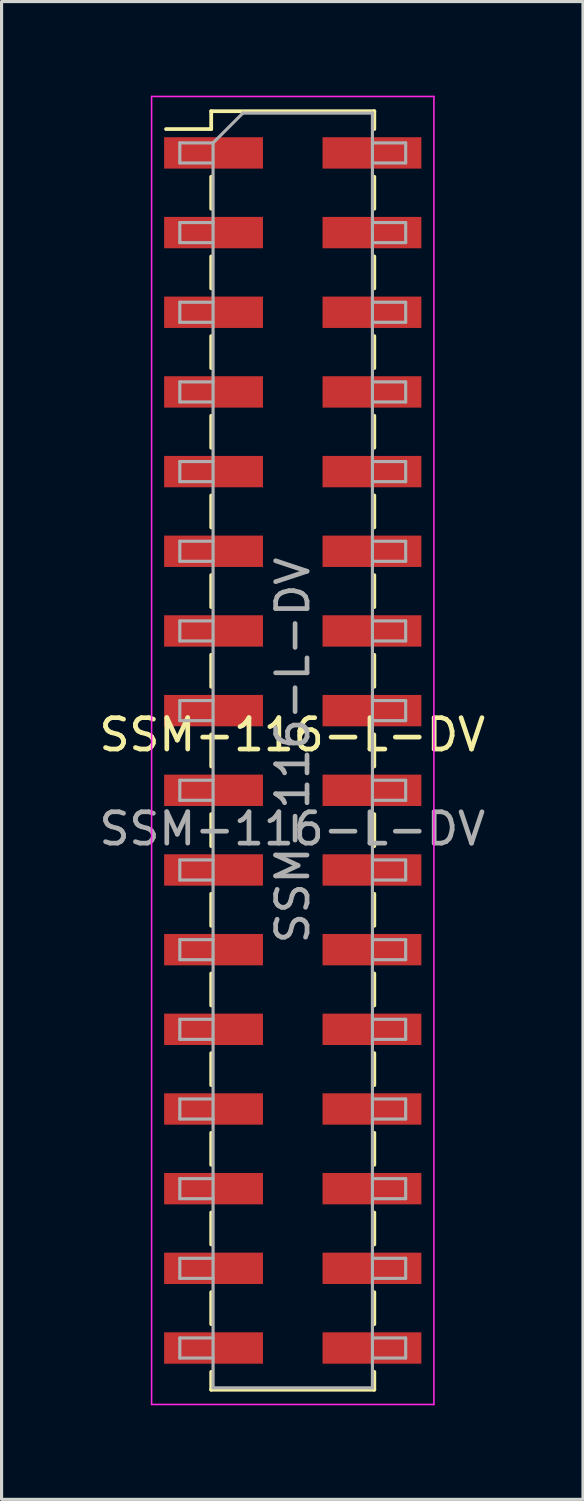
<source format=kicad_pcb>
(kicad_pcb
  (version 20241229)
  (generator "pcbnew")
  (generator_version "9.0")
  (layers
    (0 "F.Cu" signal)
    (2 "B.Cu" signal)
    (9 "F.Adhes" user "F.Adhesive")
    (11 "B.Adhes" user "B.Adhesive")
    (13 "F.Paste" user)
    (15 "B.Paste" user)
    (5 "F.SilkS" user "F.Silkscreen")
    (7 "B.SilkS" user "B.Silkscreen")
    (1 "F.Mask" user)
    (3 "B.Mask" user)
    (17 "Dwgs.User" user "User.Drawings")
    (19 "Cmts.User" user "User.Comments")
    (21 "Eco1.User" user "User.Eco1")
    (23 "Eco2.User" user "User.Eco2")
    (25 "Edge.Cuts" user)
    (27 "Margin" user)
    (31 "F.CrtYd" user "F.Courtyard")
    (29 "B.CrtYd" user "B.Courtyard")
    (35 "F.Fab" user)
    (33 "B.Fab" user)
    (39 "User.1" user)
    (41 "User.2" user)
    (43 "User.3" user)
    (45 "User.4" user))
  (footprint "SSM-116-L-DV"
    (layer "F.Cu")
    (at 6.283 20.875)
    (property "Reference" "SSM-116-L-DV" (at -0.015 -0.5 0) (unlocked yes) (layer "F.SilkS") (effects (font (size 1 1) (thickness 0.15))))
    (attr smd)
    (fp_line (start -4.04 -19.81) (end -2.6 -19.81) (stroke (width 0.12) (type solid)) (layer "F.SilkS"))
    (fp_line (start -2.6 -20.38) (end -2.6 -19.81) (stroke (width 0.12) (type solid)) (layer "F.SilkS"))
    (fp_line (start -2.6 -20.38) (end 2.6 -20.38) (stroke (width 0.12) (type solid)) (layer "F.SilkS"))
    (fp_line (start -2.6 -18.29) (end -2.6 -17.27) (stroke (width 0.12) (type solid)) (layer "F.SilkS"))
    (fp_line (start -2.6 -15.75) (end -2.6 -14.73) (stroke (width 0.12) (type solid)) (layer "F.SilkS"))
    (fp_line (start -2.6 -13.21) (end -2.6 -12.19) (stroke (width 0.12) (type solid)) (layer "F.SilkS"))
    (fp_line (start -2.6 -10.67) (end -2.6 -9.65) (stroke (width 0.12) (type solid)) (layer "F.SilkS"))
    (fp_line (start -2.6 -8.13) (end -2.6 -7.11) (stroke (width 0.12) (type solid)) (layer "F.SilkS"))
    (fp_line (start -2.6 -5.59) (end -2.6 -4.57) (stroke (width 0.12) (type solid)) (layer "F.SilkS"))
    (fp_line (start -2.6 -3.05) (end -2.6 -2.03) (stroke (width 0.12) (type solid)) (layer "F.SilkS"))
    (fp_line (start -2.6 -0.51) (end -2.6 0.51) (stroke (width 0.12) (type solid)) (layer "F.SilkS"))
    (fp_line (start -2.6 2.03) (end -2.6 3.05) (stroke (width 0.12) (type solid)) (layer "F.SilkS"))
    (fp_line (start -2.6 4.57) (end -2.6 5.59) (stroke (width 0.12) (type solid)) (layer "F.SilkS"))
    (fp_line (start -2.6 7.11) (end -2.6 8.13) (stroke (width 0.12) (type solid)) (layer "F.SilkS"))
    (fp_line (start -2.6 9.65) (end -2.6 10.67) (stroke (width 0.12) (type solid)) (layer "F.SilkS"))
    (fp_line (start -2.6 12.19) (end -2.6 13.21) (stroke (width 0.12) (type solid)) (layer "F.SilkS"))
    (fp_line (start -2.6 14.73) (end -2.6 15.75) (stroke (width 0.12) (type solid)) (layer "F.SilkS"))
    (fp_line (start -2.6 17.27) (end -2.6 18.29) (stroke (width 0.12) (type solid)) (layer "F.SilkS"))
    (fp_line (start -2.6 19.81) (end -2.6 20.38) (stroke (width 0.12) (type solid)) (layer "F.SilkS"))
    (fp_line (start -2.6 20.38) (end 2.6 20.38) (stroke (width 0.12) (type solid)) (layer "F.SilkS"))
    (fp_line (start 2.6 -20.38) (end 2.6 -19.81) (stroke (width 0.12) (type solid)) (layer "F.SilkS"))
    (fp_line (start 2.6 -18.29) (end 2.6 -17.27) (stroke (width 0.12) (type solid)) (layer "F.SilkS"))
    (fp_line (start 2.6 -15.75) (end 2.6 -14.73) (stroke (width 0.12) (type solid)) (layer "F.SilkS"))
    (fp_line (start 2.6 -13.21) (end 2.6 -12.19) (stroke (width 0.12) (type solid)) (layer "F.SilkS"))
    (fp_line (start 2.6 -10.67) (end 2.6 -9.65) (stroke (width 0.12) (type solid)) (layer "F.SilkS"))
    (fp_line (start 2.6 -8.13) (end 2.6 -7.11) (stroke (width 0.12) (type solid)) (layer "F.SilkS"))
    (fp_line (start 2.6 -5.59) (end 2.6 -4.57) (stroke (width 0.12) (type solid)) (layer "F.SilkS"))
    (fp_line (start 2.6 -3.05) (end 2.6 -2.03) (stroke (width 0.12) (type solid)) (layer "F.SilkS"))
    (fp_line (start 2.6 -0.51) (end 2.6 0.51) (stroke (width 0.12) (type solid)) (layer "F.SilkS"))
    (fp_line (start 2.6 2.03) (end 2.6 3.05) (stroke (width 0.12) (type solid)) (layer "F.SilkS"))
    (fp_line (start 2.6 4.57) (end 2.6 5.59) (stroke (width 0.12) (type solid)) (layer "F.SilkS"))
    (fp_line (start 2.6 7.11) (end 2.6 8.13) (stroke (width 0.12) (type solid)) (layer "F.SilkS"))
    (fp_line (start 2.6 9.65) (end 2.6 10.67) (stroke (width 0.12) (type solid)) (layer "F.SilkS"))
    (fp_line (start 2.6 12.19) (end 2.6 13.21) (stroke (width 0.12) (type solid)) (layer "F.SilkS"))
    (fp_line (start 2.6 14.73) (end 2.6 15.75) (stroke (width 0.12) (type solid)) (layer "F.SilkS"))
    (fp_line (start 2.6 17.27) (end 2.6 18.29) (stroke (width 0.12) (type solid)) (layer "F.SilkS"))
    (fp_line (start 2.6 19.81) (end 2.6 20.38) (stroke (width 0.12) (type solid)) (layer "F.SilkS"))
    (fp_line (start -4.5 -20.85) (end -4.5 20.85) (stroke (width 0.05) (type solid)) (layer "F.CrtYd"))
    (fp_line (start -4.5 20.85) (end 4.5 20.85) (stroke (width 0.05) (type solid)) (layer "F.CrtYd"))
    (fp_line (start 4.5 -20.85) (end -4.5 -20.85) (stroke (width 0.05) (type solid)) (layer "F.CrtYd"))
    (fp_line (start 4.5 20.85) (end 4.5 -20.85) (stroke (width 0.05) (type solid)) (layer "F.CrtYd"))
    (fp_line (start -3.6 -19.37) (end -3.6 -18.73) (stroke (width 0.1) (type solid)) (layer "F.Fab"))
    (fp_line (start -3.6 -18.73) (end -2.54 -18.73) (stroke (width 0.1) (type solid)) (layer "F.Fab"))
    (fp_line (start -3.6 -16.83) (end -3.6 -16.19) (stroke (width 0.1) (type solid)) (layer "F.Fab"))
    (fp_line (start -3.6 -16.19) (end -2.54 -16.19) (stroke (width 0.1) (type solid)) (layer "F.Fab"))
    (fp_line (start -3.6 -14.29) (end -3.6 -13.65) (stroke (width 0.1) (type solid)) (layer "F.Fab"))
    (fp_line (start -3.6 -13.65) (end -2.54 -13.65) (stroke (width 0.1) (type solid)) (layer "F.Fab"))
    (fp_line (start -3.6 -11.75) (end -3.6 -11.11) (stroke (width 0.1) (type solid)) (layer "F.Fab"))
    (fp_line (start -3.6 -11.11) (end -2.54 -11.11) (stroke (width 0.1) (type solid)) (layer "F.Fab"))
    (fp_line (start -3.6 -9.21) (end -3.6 -8.57) (stroke (width 0.1) (type solid)) (layer "F.Fab"))
    (fp_line (start -3.6 -8.57) (end -2.54 -8.57) (stroke (width 0.1) (type solid)) (layer "F.Fab"))
    (fp_line (start -3.6 -6.67) (end -3.6 -6.03) (stroke (width 0.1) (type solid)) (layer "F.Fab"))
    (fp_line (start -3.6 -6.03) (end -2.54 -6.03) (stroke (width 0.1) (type solid)) (layer "F.Fab"))
    (fp_line (start -3.6 -4.13) (end -3.6 -3.49) (stroke (width 0.1) (type solid)) (layer "F.Fab"))
    (fp_line (start -3.6 -3.49) (end -2.54 -3.49) (stroke (width 0.1) (type solid)) (layer "F.Fab"))
    (fp_line (start -3.6 -1.59) (end -3.6 -0.95) (stroke (width 0.1) (type solid)) (layer "F.Fab"))
    (fp_line (start -3.6 -0.95) (end -2.54 -0.95) (stroke (width 0.1) (type solid)) (layer "F.Fab"))
    (fp_line (start -3.6 0.95) (end -3.6 1.59) (stroke (width 0.1) (type solid)) (layer "F.Fab"))
    (fp_line (start -3.6 1.59) (end -2.54 1.59) (stroke (width 0.1) (type solid)) (layer "F.Fab"))
    (fp_line (start -3.6 3.49) (end -3.6 4.13) (stroke (width 0.1) (type solid)) (layer "F.Fab"))
    (fp_line (start -3.6 4.13) (end -2.54 4.13) (stroke (width 0.1) (type solid)) (layer "F.Fab"))
    (fp_line (start -3.6 6.03) (end -3.6 6.67) (stroke (width 0.1) (type solid)) (layer "F.Fab"))
    (fp_line (start -3.6 6.67) (end -2.54 6.67) (stroke (width 0.1) (type solid)) (layer "F.Fab"))
    (fp_line (start -3.6 8.57) (end -3.6 9.21) (stroke (width 0.1) (type solid)) (layer "F.Fab"))
    (fp_line (start -3.6 9.21) (end -2.54 9.21) (stroke (width 0.1) (type solid)) (layer "F.Fab"))
    (fp_line (start -3.6 11.11) (end -3.6 11.75) (stroke (width 0.1) (type solid)) (layer "F.Fab"))
    (fp_line (start -3.6 11.75) (end -2.54 11.75) (stroke (width 0.1) (type solid)) (layer "F.Fab"))
    (fp_line (start -3.6 13.65) (end -3.6 14.29) (stroke (width 0.1) (type solid)) (layer "F.Fab"))
    (fp_line (start -3.6 14.29) (end -2.54 14.29) (stroke (width 0.1) (type solid)) (layer "F.Fab"))
    (fp_line (start -3.6 16.19) (end -3.6 16.83) (stroke (width 0.1) (type solid)) (layer "F.Fab"))
    (fp_line (start -3.6 16.83) (end -2.54 16.83) (stroke (width 0.1) (type solid)) (layer "F.Fab"))
    (fp_line (start -3.6 18.73) (end -3.6 19.37) (stroke (width 0.1) (type solid)) (layer "F.Fab"))
    (fp_line (start -3.6 19.37) (end -2.54 19.37) (stroke (width 0.1) (type solid)) (layer "F.Fab"))
    (fp_line (start -2.54 -19.37) (end -3.6 -19.37) (stroke (width 0.1) (type solid)) (layer "F.Fab"))
    (fp_line (start -2.54 -19.37) (end -1.59 -20.32) (stroke (width 0.1) (type solid)) (layer "F.Fab"))
    (fp_line (start -2.54 -16.83) (end -3.6 -16.83) (stroke (width 0.1) (type solid)) (layer "F.Fab"))
    (fp_line (start -2.54 -14.29) (end -3.6 -14.29) (stroke (width 0.1) (type solid)) (layer "F.Fab"))
    (fp_line (start -2.54 -11.75) (end -3.6 -11.75) (stroke (width 0.1) (type solid)) (layer "F.Fab"))
    (fp_line (start -2.54 -9.21) (end -3.6 -9.21) (stroke (width 0.1) (type solid)) (layer "F.Fab"))
    (fp_line (start -2.54 -6.67) (end -3.6 -6.67) (stroke (width 0.1) (type solid)) (layer "F.Fab"))
    (fp_line (start -2.54 -4.13) (end -3.6 -4.13) (stroke (width 0.1) (type solid)) (layer "F.Fab"))
    (fp_line (start -2.54 -1.59) (end -3.6 -1.59) (stroke (width 0.1) (type solid)) (layer "F.Fab"))
    (fp_line (start -2.54 0.95) (end -3.6 0.95) (stroke (width 0.1) (type solid)) (layer "F.Fab"))
    (fp_line (start -2.54 3.49) (end -3.6 3.49) (stroke (width 0.1) (type solid)) (layer "F.Fab"))
    (fp_line (start -2.54 6.03) (end -3.6 6.03) (stroke (width 0.1) (type solid)) (layer "F.Fab"))
    (fp_line (start -2.54 8.57) (end -3.6 8.57) (stroke (width 0.1) (type solid)) (layer "F.Fab"))
    (fp_line (start -2.54 11.11) (end -3.6 11.11) (stroke (width 0.1) (type solid)) (layer "F.Fab"))
    (fp_line (start -2.54 13.65) (end -3.6 13.65) (stroke (width 0.1) (type solid)) (layer "F.Fab"))
    (fp_line (start -2.54 16.19) (end -3.6 16.19) (stroke (width 0.1) (type solid)) (layer "F.Fab"))
    (fp_line (start -2.54 18.73) (end -3.6 18.73) (stroke (width 0.1) (type solid)) (layer "F.Fab"))
    (fp_line (start -2.54 20.32) (end -2.54 -19.37) (stroke (width 0.1) (type solid)) (layer "F.Fab"))
    (fp_line (start -1.59 -20.32) (end 2.54 -20.32) (stroke (width 0.1) (type solid)) (layer "F.Fab"))
    (fp_line (start 2.54 -20.32) (end 2.54 20.32) (stroke (width 0.1) (type solid)) (layer "F.Fab"))
    (fp_line (start 2.54 -19.37) (end 3.6 -19.37) (stroke (width 0.1) (type solid)) (layer "F.Fab"))
    (fp_line (start 2.54 -16.83) (end 3.6 -16.83) (stroke (width 0.1) (type solid)) (layer "F.Fab"))
    (fp_line (start 2.54 -14.29) (end 3.6 -14.29) (stroke (width 0.1) (type solid)) (layer "F.Fab"))
    (fp_line (start 2.54 -11.75) (end 3.6 -11.75) (stroke (width 0.1) (type solid)) (layer "F.Fab"))
    (fp_line (start 2.54 -9.21) (end 3.6 -9.21) (stroke (width 0.1) (type solid)) (layer "F.Fab"))
    (fp_line (start 2.54 -6.67) (end 3.6 -6.67) (stroke (width 0.1) (type solid)) (layer "F.Fab"))
    (fp_line (start 2.54 -4.13) (end 3.6 -4.13) (stroke (width 0.1) (type solid)) (layer "F.Fab"))
    (fp_line (start 2.54 -1.59) (end 3.6 -1.59) (stroke (width 0.1) (type solid)) (layer "F.Fab"))
    (fp_line (start 2.54 0.95) (end 3.6 0.95) (stroke (width 0.1) (type solid)) (layer "F.Fab"))
    (fp_line (start 2.54 3.49) (end 3.6 3.49) (stroke (width 0.1) (type solid)) (layer "F.Fab"))
    (fp_line (start 2.54 6.03) (end 3.6 6.03) (stroke (width 0.1) (type solid)) (layer "F.Fab"))
    (fp_line (start 2.54 8.57) (end 3.6 8.57) (stroke (width 0.1) (type solid)) (layer "F.Fab"))
    (fp_line (start 2.54 11.11) (end 3.6 11.11) (stroke (width 0.1) (type solid)) (layer "F.Fab"))
    (fp_line (start 2.54 13.65) (end 3.6 13.65) (stroke (width 0.1) (type solid)) (layer "F.Fab"))
    (fp_line (start 2.54 16.19) (end 3.6 16.19) (stroke (width 0.1) (type solid)) (layer "F.Fab"))
    (fp_line (start 2.54 18.73) (end 3.6 18.73) (stroke (width 0.1) (type solid)) (layer "F.Fab"))
    (fp_line (start 2.54 20.32) (end -2.54 20.32) (stroke (width 0.1) (type solid)) (layer "F.Fab"))
    (fp_line (start 3.6 -19.37) (end 3.6 -18.73) (stroke (width 0.1) (type solid)) (layer "F.Fab"))
    (fp_line (start 3.6 -18.73) (end 2.54 -18.73) (stroke (width 0.1) (type solid)) (layer "F.Fab"))
    (fp_line (start 3.6 -16.83) (end 3.6 -16.19) (stroke (width 0.1) (type solid)) (layer "F.Fab"))
    (fp_line (start 3.6 -16.19) (end 2.54 -16.19) (stroke (width 0.1) (type solid)) (layer "F.Fab"))
    (fp_line (start 3.6 -14.29) (end 3.6 -13.65) (stroke (width 0.1) (type solid)) (layer "F.Fab"))
    (fp_line (start 3.6 -13.65) (end 2.54 -13.65) (stroke (width 0.1) (type solid)) (layer "F.Fab"))
    (fp_line (start 3.6 -11.75) (end 3.6 -11.11) (stroke (width 0.1) (type solid)) (layer "F.Fab"))
    (fp_line (start 3.6 -11.11) (end 2.54 -11.11) (stroke (width 0.1) (type solid)) (layer "F.Fab"))
    (fp_line (start 3.6 -9.21) (end 3.6 -8.57) (stroke (width 0.1) (type solid)) (layer "F.Fab"))
    (fp_line (start 3.6 -8.57) (end 2.54 -8.57) (stroke (width 0.1) (type solid)) (layer "F.Fab"))
    (fp_line (start 3.6 -6.67) (end 3.6 -6.03) (stroke (width 0.1) (type solid)) (layer "F.Fab"))
    (fp_line (start 3.6 -6.03) (end 2.54 -6.03) (stroke (width 0.1) (type solid)) (layer "F.Fab"))
    (fp_line (start 3.6 -4.13) (end 3.6 -3.49) (stroke (width 0.1) (type solid)) (layer "F.Fab"))
    (fp_line (start 3.6 -3.49) (end 2.54 -3.49) (stroke (width 0.1) (type solid)) (layer "F.Fab"))
    (fp_line (start 3.6 -1.59) (end 3.6 -0.95) (stroke (width 0.1) (type solid)) (layer "F.Fab"))
    (fp_line (start 3.6 -0.95) (end 2.54 -0.95) (stroke (width 0.1) (type solid)) (layer "F.Fab"))
    (fp_line (start 3.6 0.95) (end 3.6 1.59) (stroke (width 0.1) (type solid)) (layer "F.Fab"))
    (fp_line (start 3.6 1.59) (end 2.54 1.59) (stroke (width 0.1) (type solid)) (layer "F.Fab"))
    (fp_line (start 3.6 3.49) (end 3.6 4.13) (stroke (width 0.1) (type solid)) (layer "F.Fab"))
    (fp_line (start 3.6 4.13) (end 2.54 4.13) (stroke (width 0.1) (type solid)) (layer "F.Fab"))
    (fp_line (start 3.6 6.03) (end 3.6 6.67) (stroke (width 0.1) (type solid)) (layer "F.Fab"))
    (fp_line (start 3.6 6.67) (end 2.54 6.67) (stroke (width 0.1) (type solid)) (layer "F.Fab"))
    (fp_line (start 3.6 8.57) (end 3.6 9.21) (stroke (width 0.1) (type solid)) (layer "F.Fab"))
    (fp_line (start 3.6 9.21) (end 2.54 9.21) (stroke (width 0.1) (type solid)) (layer "F.Fab"))
    (fp_line (start 3.6 11.11) (end 3.6 11.75) (stroke (width 0.1) (type solid)) (layer "F.Fab"))
    (fp_line (start 3.6 11.75) (end 2.54 11.75) (stroke (width 0.1) (type solid)) (layer "F.Fab"))
    (fp_line (start 3.6 13.65) (end 3.6 14.29) (stroke (width 0.1) (type solid)) (layer "F.Fab"))
    (fp_line (start 3.6 14.29) (end 2.54 14.29) (stroke (width 0.1) (type solid)) (layer "F.Fab"))
    (fp_line (start 3.6 16.19) (end 3.6 16.83) (stroke (width 0.1) (type solid)) (layer "F.Fab"))
    (fp_line (start 3.6 16.83) (end 2.54 16.83) (stroke (width 0.1) (type solid)) (layer "F.Fab"))
    (fp_line (start 3.6 18.73) (end 3.6 19.37) (stroke (width 0.1) (type solid)) (layer "F.Fab"))
    (fp_line (start 3.6 19.37) (end 2.54 19.37) (stroke (width 0.1) (type solid)) (layer "F.Fab"))
    (fp_text user "${REFERENCE}" (at -0.015 2.5 0) (unlocked yes) (layer "F.Fab") (effects (font (size 1 1) (thickness 0.15))))
    (fp_text user "${REFERENCE}" (at 0 0 90) (layer "F.Fab") (effects (font (size 1 1) (thickness 0.15))))
    (pad "1" smd rect (at -2.525 -19.05) (size 3.15 1) (layers "F.Cu" "F.Mask" "F.Paste"))
    (pad "2" smd rect (at 2.525 -19.05) (size 3.15 1) (layers "F.Cu" "F.Mask" "F.Paste"))
    (pad "3" smd rect (at -2.525 -16.51) (size 3.15 1) (layers "F.Cu" "F.Mask" "F.Paste"))
    (pad "4" smd rect (at 2.525 -16.51) (size 3.15 1) (layers "F.Cu" "F.Mask" "F.Paste"))
    (pad "5" smd rect (at -2.525 -13.97) (size 3.15 1) (layers "F.Cu" "F.Mask" "F.Paste"))
    (pad "6" smd rect (at 2.525 -13.97) (size 3.15 1) (layers "F.Cu" "F.Mask" "F.Paste"))
    (pad "7" smd rect (at -2.525 -11.43) (size 3.15 1) (layers "F.Cu" "F.Mask" "F.Paste"))
    (pad "8" smd rect (at 2.525 -11.43) (size 3.15 1) (layers "F.Cu" "F.Mask" "F.Paste"))
    (pad "9" smd rect (at -2.525 -8.89) (size 3.15 1) (layers "F.Cu" "F.Mask" "F.Paste"))
    (pad "10" smd rect (at 2.525 -8.89) (size 3.15 1) (layers "F.Cu" "F.Mask" "F.Paste"))
    (pad "11" smd rect (at -2.525 -6.35) (size 3.15 1) (layers "F.Cu" "F.Mask" "F.Paste"))
    (pad "12" smd rect (at 2.525 -6.35) (size 3.15 1) (layers "F.Cu" "F.Mask" "F.Paste"))
    (pad "13" smd rect (at -2.525 -3.81) (size 3.15 1) (layers "F.Cu" "F.Mask" "F.Paste"))
    (pad "14" smd rect (at 2.525 -3.81) (size 3.15 1) (layers "F.Cu" "F.Mask" "F.Paste"))
    (pad "15" smd rect (at -2.525 -1.27) (size 3.15 1) (layers "F.Cu" "F.Mask" "F.Paste"))
    (pad "16" smd rect (at 2.525 -1.27) (size 3.15 1) (layers "F.Cu" "F.Mask" "F.Paste"))
    (pad "17" smd rect (at -2.525 1.27) (size 3.15 1) (layers "F.Cu" "F.Mask" "F.Paste"))
    (pad "18" smd rect (at 2.525 1.27) (size 3.15 1) (layers "F.Cu" "F.Mask" "F.Paste"))
    (pad "19" smd rect (at -2.525 3.81) (size 3.15 1) (layers "F.Cu" "F.Mask" "F.Paste"))
    (pad "20" smd rect (at 2.525 3.81) (size 3.15 1) (layers "F.Cu" "F.Mask" "F.Paste"))
    (pad "21" smd rect (at -2.525 6.35) (size 3.15 1) (layers "F.Cu" "F.Mask" "F.Paste"))
    (pad "22" smd rect (at 2.525 6.35) (size 3.15 1) (layers "F.Cu" "F.Mask" "F.Paste"))
    (pad "23" smd rect (at -2.525 8.89) (size 3.15 1) (layers "F.Cu" "F.Mask" "F.Paste"))
    (pad "24" smd rect (at 2.525 8.89) (size 3.15 1) (layers "F.Cu" "F.Mask" "F.Paste"))
    (pad "25" smd rect (at -2.525 11.43) (size 3.15 1) (layers "F.Cu" "F.Mask" "F.Paste"))
    (pad "26" smd rect (at 2.525 11.43) (size 3.15 1) (layers "F.Cu" "F.Mask" "F.Paste"))
    (pad "27" smd rect (at -2.525 13.97) (size 3.15 1) (layers "F.Cu" "F.Mask" "F.Paste"))
    (pad "28" smd rect (at 2.525 13.97) (size 3.15 1) (layers "F.Cu" "F.Mask" "F.Paste"))
    (pad "29" smd rect (at -2.525 16.51) (size 3.15 1) (layers "F.Cu" "F.Mask" "F.Paste"))
    (pad "30" smd rect (at 2.525 16.51) (size 3.15 1) (layers "F.Cu" "F.Mask" "F.Paste"))
    (pad "31" smd rect (at -2.525 19.05) (size 3.15 1) (layers "F.Cu" "F.Mask" "F.Paste"))
    (pad "32" smd rect (at 2.525 19.05) (size 3.15 1) (layers "F.Cu" "F.Mask" "F.Paste")))
  (gr_rect
    (start -3 -3)
    (end 15.536 44.75)
    (stroke (width 0.1) (type default))
    (fill no)
    (layer "Edge.Cuts")))
</source>
